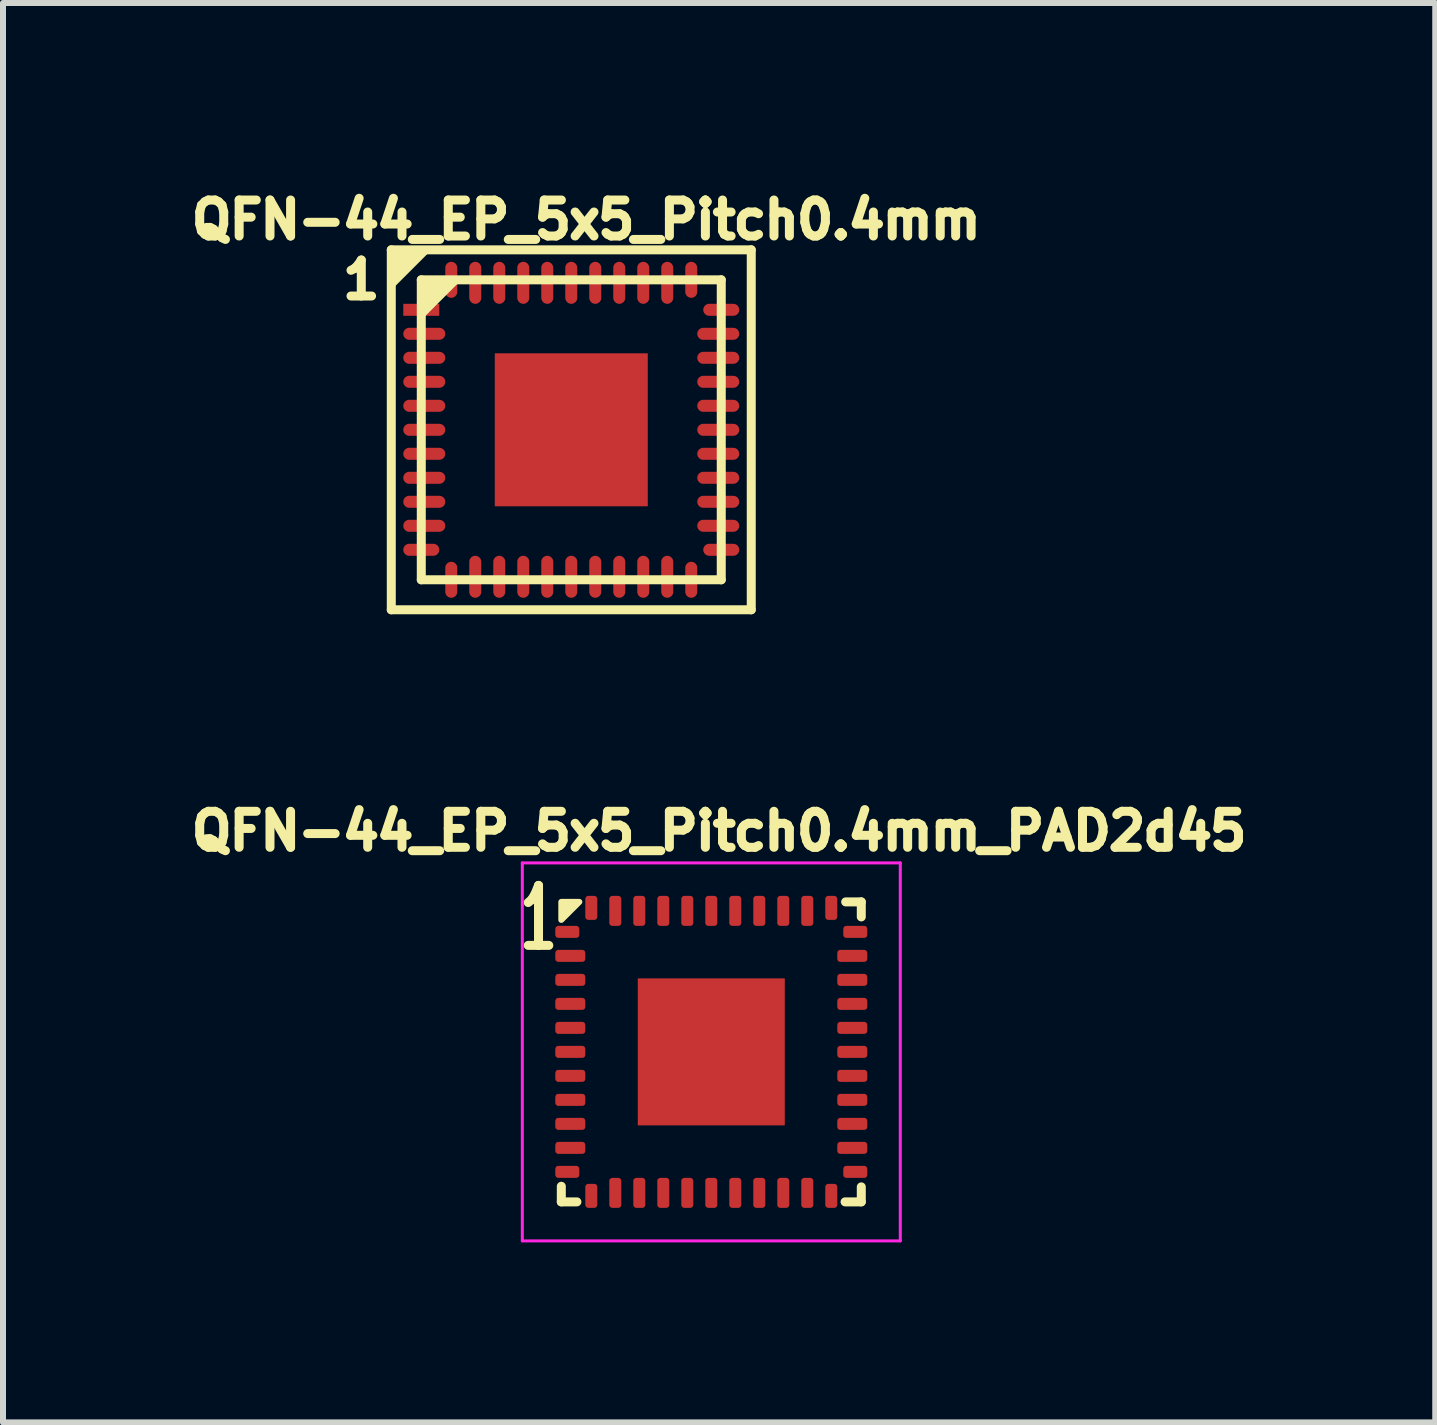
<source format=kicad_pcb>
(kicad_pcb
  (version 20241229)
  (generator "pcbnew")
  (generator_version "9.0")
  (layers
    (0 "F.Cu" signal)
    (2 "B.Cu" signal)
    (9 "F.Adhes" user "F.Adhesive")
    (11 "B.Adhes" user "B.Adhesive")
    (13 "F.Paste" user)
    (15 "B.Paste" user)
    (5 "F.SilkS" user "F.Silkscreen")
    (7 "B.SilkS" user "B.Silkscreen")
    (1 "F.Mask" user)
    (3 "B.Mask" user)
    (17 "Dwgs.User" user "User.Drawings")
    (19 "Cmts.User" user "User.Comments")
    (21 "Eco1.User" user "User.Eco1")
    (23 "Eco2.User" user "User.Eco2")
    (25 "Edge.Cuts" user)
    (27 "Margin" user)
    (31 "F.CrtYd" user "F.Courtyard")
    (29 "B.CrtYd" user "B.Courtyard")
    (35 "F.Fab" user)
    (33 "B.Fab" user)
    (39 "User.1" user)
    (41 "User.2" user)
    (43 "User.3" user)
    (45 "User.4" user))
  (footprint "QFN-44_EP_5x5_Pitch0.4mm"
    (layer "F.Cu")
    (at 6.472 4.114)
    (property "Reference" "QFN-44_EP_5x5_Pitch0.4mm" (at 0.25 -3.5 0) (layer "F.SilkS") (effects (font (size 0.6 0.6) (thickness 0.15))))
    (attr smd)
    (fp_line (start -3 -3) (end 3 -3) (stroke (width 0.15) (type solid)) (layer "F.SilkS"))
    (fp_line (start -3 3) (end -3 -3) (stroke (width 0.15) (type solid)) (layer "F.SilkS"))
    (fp_line (start -2.5 -2.5) (end 2.5 -2.5) (stroke (width 0.15) (type solid)) (layer "F.SilkS"))
    (fp_line (start -2.5 2.5) (end -2.5 -2.5) (stroke (width 0.15) (type solid)) (layer "F.SilkS"))
    (fp_line (start 2.5 -2.5) (end 2.5 2.5) (stroke (width 0.15) (type solid)) (layer "F.SilkS"))
    (fp_line (start 2.5 2.5) (end -2.5 2.5) (stroke (width 0.15) (type solid)) (layer "F.SilkS"))
    (fp_line (start 3 -3) (end 3 3) (stroke (width 0.15) (type solid)) (layer "F.SilkS"))
    (fp_line (start 3 3) (end -3 3) (stroke (width 0.15) (type solid)) (layer "F.SilkS"))
    (fp_poly (pts (xy -3 -3) (xy -2.4 -3) (xy -3 -2.4)) (stroke (width 0.1) (type solid)) (fill yes) (layer "F.SilkS"))
    (fp_poly (pts (xy -2.5 -2.5) (xy -1.9 -2.5) (xy -2.5 -1.9)) (stroke (width 0.1) (type solid)) (fill yes) (layer "F.SilkS"))
    (fp_text user "1" (at -3.5 -2.5 0) (layer "F.SilkS") (effects (font (size 0.6 0.6) (thickness 0.15))))
    (pad "1" smd rect (at -2.5 -2 90) (size 0.2 0.6) (layers "F.Cu" "F.Mask" "F.Paste"))
    (pad "2" smd oval (at -2.45 -1.6 90) (size 0.2 0.7) (layers "F.Cu" "F.Mask" "F.Paste"))
    (pad "3" smd oval (at -2.45 -1.2 90) (size 0.2 0.7) (layers "F.Cu" "F.Mask" "F.Paste"))
    (pad "4" smd oval (at -2.45 -0.8 90) (size 0.2 0.7) (layers "F.Cu" "F.Mask" "F.Paste"))
    (pad "5" smd oval (at -2.45 -0.4 90) (size 0.2 0.7) (layers "F.Cu" "F.Mask" "F.Paste"))
    (pad "6" smd oval (at -2.45 0 90) (size 0.2 0.7) (layers "F.Cu" "F.Mask" "F.Paste"))
    (pad "7" smd oval (at -2.45 0.4 90) (size 0.2 0.7) (layers "F.Cu" "F.Mask" "F.Paste"))
    (pad "8" smd oval (at -2.45 0.8 90) (size 0.2 0.7) (layers "F.Cu" "F.Mask" "F.Paste"))
    (pad "9" smd oval (at -2.45 1.2 90) (size 0.2 0.7) (layers "F.Cu" "F.Mask" "F.Paste"))
    (pad "10" smd oval (at -2.45 1.6 90) (size 0.2 0.7) (layers "F.Cu" "F.Mask" "F.Paste"))
    (pad "11" smd oval (at -2.5 2 90) (size 0.2 0.6) (layers "F.Cu" "F.Mask" "F.Paste"))
    (pad "12" smd oval (at -2 2.5) (size 0.2 0.6) (layers "F.Cu" "F.Mask" "F.Paste"))
    (pad "13" smd oval (at -1.6 2.45) (size 0.2 0.7) (layers "F.Cu" "F.Mask" "F.Paste"))
    (pad "14" smd oval (at -1.2 2.45) (size 0.2 0.7) (layers "F.Cu" "F.Mask" "F.Paste"))
    (pad "15" smd oval (at -0.8 2.45) (size 0.2 0.7) (layers "F.Cu" "F.Mask" "F.Paste"))
    (pad "16" smd oval (at -0.4 2.45) (size 0.2 0.7) (layers "F.Cu" "F.Mask" "F.Paste"))
    (pad "17" smd oval (at 0 2.45) (size 0.2 0.7) (layers "F.Cu" "F.Mask" "F.Paste"))
    (pad "18" smd oval (at 0.4 2.45) (size 0.2 0.7) (layers "F.Cu" "F.Mask" "F.Paste"))
    (pad "19" smd oval (at 0.8 2.45) (size 0.2 0.7) (layers "F.Cu" "F.Mask" "F.Paste"))
    (pad "20" smd oval (at 1.2 2.45) (size 0.2 0.7) (layers "F.Cu" "F.Mask" "F.Paste"))
    (pad "21" smd oval (at 1.6 2.45) (size 0.2 0.7) (layers "F.Cu" "F.Mask" "F.Paste"))
    (pad "22" smd oval (at 2 2.5) (size 0.2 0.6) (layers "F.Cu" "F.Mask" "F.Paste"))
    (pad "23" smd oval (at 2.5 2 90) (size 0.2 0.6) (layers "F.Cu" "F.Mask" "F.Paste"))
    (pad "24" smd oval (at 2.45 1.6 90) (size 0.2 0.7) (layers "F.Cu" "F.Mask" "F.Paste"))
    (pad "25" smd oval (at 2.45 1.2 90) (size 0.2 0.7) (layers "F.Cu" "F.Mask" "F.Paste"))
    (pad "26" smd oval (at 2.45 0.8 90) (size 0.2 0.7) (layers "F.Cu" "F.Mask" "F.Paste"))
    (pad "27" smd oval (at 2.45 0.4 90) (size 0.2 0.7) (layers "F.Cu" "F.Mask" "F.Paste"))
    (pad "28" smd oval (at 2.45 0 90) (size 0.2 0.7) (layers "F.Cu" "F.Mask" "F.Paste"))
    (pad "29" smd oval (at 2.45 -0.4 90) (size 0.2 0.7) (layers "F.Cu" "F.Mask" "F.Paste"))
    (pad "30" smd oval (at 2.45 -0.8 90) (size 0.2 0.7) (layers "F.Cu" "F.Mask" "F.Paste"))
    (pad "31" smd oval (at 2.45 -1.2 90) (size 0.2 0.7) (layers "F.Cu" "F.Mask" "F.Paste"))
    (pad "32" smd oval (at 2.45 -1.6 90) (size 0.2 0.7) (layers "F.Cu" "F.Mask" "F.Paste"))
    (pad "33" smd oval (at 2.5 -2 90) (size 0.2 0.6) (layers "F.Cu" "F.Mask" "F.Paste"))
    (pad "34" smd oval (at 2 -2.5) (size 0.2 0.6) (layers "F.Cu" "F.Mask" "F.Paste"))
    (pad "35" smd oval (at 1.6 -2.45) (size 0.2 0.7) (layers "F.Cu" "F.Mask" "F.Paste"))
    (pad "36" smd oval (at 1.2 -2.45) (size 0.2 0.7) (layers "F.Cu" "F.Mask" "F.Paste"))
    (pad "37" smd oval (at 0.8 -2.45) (size 0.2 0.7) (layers "F.Cu" "F.Mask" "F.Paste"))
    (pad "38" smd oval (at 0.4 -2.45) (size 0.2 0.7) (layers "F.Cu" "F.Mask" "F.Paste"))
    (pad "39" smd oval (at 0 -2.45) (size 0.2 0.7) (layers "F.Cu" "F.Mask" "F.Paste"))
    (pad "40" smd oval (at -0.4 -2.45) (size 0.2 0.7) (layers "F.Cu" "F.Mask" "F.Paste"))
    (pad "41" smd oval (at -0.8 -2.45) (size 0.2 0.7) (layers "F.Cu" "F.Mask" "F.Paste"))
    (pad "42" smd oval (at -1.2 -2.45) (size 0.2 0.7) (layers "F.Cu" "F.Mask" "F.Paste"))
    (pad "43" smd oval (at -1.6 -2.45) (size 0.2 0.7) (layers "F.Cu" "F.Mask" "F.Paste"))
    (pad "44" smd oval (at -2 -2.5) (size 0.2 0.6) (layers "F.Cu" "F.Mask" "F.Paste"))
    (pad "PAD" smd rect (at 0 0) (size 2.55 2.55) (layers "F.Cu" "F.Mask" "F.Paste")))
  (footprint "QFN-44_EP_5x5_Pitch0.4mm_PAD2d45"
    (layer "F.Cu")
    (at 8.806 14.483)
    (property "Reference" "QFN-44_EP_5x5_Pitch0.4mm_PAD2d45" (at 0.13 -3.68 0) (layer "F.SilkS") (effects (font (size 0.6 0.6) (thickness 0.15))))
    (attr smd)
    (fp_line (start -2.5 2.24) (end -2.5 2.5) (stroke (width 0.15) (type solid)) (layer "F.SilkS"))
    (fp_line (start -2.5 2.5) (end -2.24 2.5) (stroke (width 0.15) (type solid)) (layer "F.SilkS"))
    (fp_line (start 2.5 -2.5) (end 2.24 -2.5) (stroke (width 0.15) (type solid)) (layer "F.SilkS"))
    (fp_line (start 2.5 -2.25) (end 2.5 -2.5) (stroke (width 0.15) (type solid)) (layer "F.SilkS"))
    (fp_line (start 2.5 2.5) (end 2.23 2.5) (stroke (width 0.15) (type default)) (layer "F.SilkS"))
    (fp_line (start 2.5 2.5) (end 2.5 2.25) (stroke (width 0.15) (type solid)) (layer "F.SilkS"))
    (fp_poly (pts (xy -2.5 -2.2) (xy -2.5 -2.5) (xy -2.2 -2.5)) (stroke (width 0.1) (type solid)) (fill yes) (layer "F.SilkS"))
    (fp_line (start -3.15 -3.15) (end 3.15 -3.15) (stroke (width 0.05) (type solid)) (layer "F.CrtYd"))
    (fp_line (start -3.15 3.15) (end -3.15 -3.15) (stroke (width 0.05) (type solid)) (layer "F.CrtYd"))
    (fp_line (start 3.15 -3.15) (end 3.15 3.15) (stroke (width 0.05) (type solid)) (layer "F.CrtYd"))
    (fp_line (start 3.15 3.15) (end -3.15 3.15) (stroke (width 0.05) (type solid)) (layer "F.CrtYd"))
    (fp_text user "1" (at -2.88 -2.23 0) (unlocked yes) (layer "F.SilkS") (effects (font (size 1 0.6) (thickness 0.15))))
    (pad "1" smd roundrect (at -2.4 -2 90) (size 0.2 0.4) (layers "F.Cu" "F.Mask" "F.Paste") (roundrect_rratio 0.25))
    (pad "2" smd roundrect (at -2.35 -1.6 90) (size 0.2 0.5) (layers "F.Cu" "F.Mask" "F.Paste") (roundrect_rratio 0.25))
    (pad "3" smd roundrect (at -2.35 -1.2 90) (size 0.2 0.5) (layers "F.Cu" "F.Mask" "F.Paste") (roundrect_rratio 0.25))
    (pad "4" smd roundrect (at -2.35 -0.8 90) (size 0.2 0.5) (layers "F.Cu" "F.Mask" "F.Paste") (roundrect_rratio 0.25))
    (pad "5" smd roundrect (at -2.35 -0.4 90) (size 0.2 0.5) (layers "F.Cu" "F.Mask" "F.Paste") (roundrect_rratio 0.25))
    (pad "6" smd roundrect (at -2.35 0 90) (size 0.2 0.5) (layers "F.Cu" "F.Mask" "F.Paste") (roundrect_rratio 0.25))
    (pad "7" smd roundrect (at -2.35 0.4 90) (size 0.2 0.5) (layers "F.Cu" "F.Mask" "F.Paste") (roundrect_rratio 0.25))
    (pad "8" smd roundrect (at -2.35 0.8 90) (size 0.2 0.5) (layers "F.Cu" "F.Mask" "F.Paste") (roundrect_rratio 0.25))
    (pad "9" smd roundrect (at -2.35 1.2 90) (size 0.2 0.5) (layers "F.Cu" "F.Mask" "F.Paste") (roundrect_rratio 0.25))
    (pad "10" smd roundrect (at -2.35 1.6 90) (size 0.2 0.5) (layers "F.Cu" "F.Mask" "F.Paste") (roundrect_rratio 0.25))
    (pad "11" smd roundrect (at -2.4 2 90) (size 0.2 0.4) (layers "F.Cu" "F.Mask" "F.Paste") (roundrect_rratio 0.25))
    (pad "12" smd roundrect (at -2 2.4) (size 0.2 0.4) (layers "F.Cu" "F.Mask" "F.Paste") (roundrect_rratio 0.25))
    (pad "13" smd roundrect (at -1.6 2.35) (size 0.2 0.5) (layers "F.Cu" "F.Mask" "F.Paste") (roundrect_rratio 0.25))
    (pad "14" smd roundrect (at -1.2 2.35) (size 0.2 0.5) (layers "F.Cu" "F.Mask" "F.Paste") (roundrect_rratio 0.25))
    (pad "15" smd roundrect (at -0.8 2.35) (size 0.2 0.5) (layers "F.Cu" "F.Mask" "F.Paste") (roundrect_rratio 0.25))
    (pad "16" smd roundrect (at -0.4 2.35) (size 0.2 0.5) (layers "F.Cu" "F.Mask" "F.Paste") (roundrect_rratio 0.25))
    (pad "17" smd roundrect (at 0 2.35) (size 0.2 0.5) (layers "F.Cu" "F.Mask" "F.Paste") (roundrect_rratio 0.25))
    (pad "18" smd roundrect (at 0.4 2.35) (size 0.2 0.5) (layers "F.Cu" "F.Mask" "F.Paste") (roundrect_rratio 0.25))
    (pad "19" smd roundrect (at 0.8 2.35) (size 0.2 0.5) (layers "F.Cu" "F.Mask" "F.Paste") (roundrect_rratio 0.25))
    (pad "20" smd roundrect (at 1.2 2.35) (size 0.2 0.5) (layers "F.Cu" "F.Mask" "F.Paste") (roundrect_rratio 0.25))
    (pad "21" smd roundrect (at 1.6 2.35) (size 0.2 0.5) (layers "F.Cu" "F.Mask" "F.Paste") (roundrect_rratio 0.25))
    (pad "22" smd roundrect (at 2 2.4) (size 0.2 0.4) (layers "F.Cu" "F.Mask" "F.Paste") (roundrect_rratio 0.25))
    (pad "23" smd roundrect (at 2.4 2 90) (size 0.2 0.4) (layers "F.Cu" "F.Mask" "F.Paste") (roundrect_rratio 0.25))
    (pad "24" smd roundrect (at 2.35 1.6 90) (size 0.2 0.5) (layers "F.Cu" "F.Mask" "F.Paste") (roundrect_rratio 0.25))
    (pad "25" smd roundrect (at 2.35 1.2 90) (size 0.2 0.5) (layers "F.Cu" "F.Mask" "F.Paste") (roundrect_rratio 0.25))
    (pad "26" smd roundrect (at 2.35 0.8 90) (size 0.2 0.5) (layers "F.Cu" "F.Mask" "F.Paste") (roundrect_rratio 0.25))
    (pad "27" smd roundrect (at 2.35 0.4 90) (size 0.2 0.5) (layers "F.Cu" "F.Mask" "F.Paste") (roundrect_rratio 0.25))
    (pad "28" smd roundrect (at 2.35 0 90) (size 0.2 0.5) (layers "F.Cu" "F.Mask" "F.Paste") (roundrect_rratio 0.25))
    (pad "29" smd roundrect (at 2.35 -0.4 90) (size 0.2 0.5) (layers "F.Cu" "F.Mask" "F.Paste") (roundrect_rratio 0.25))
    (pad "30" smd roundrect (at 2.35 -0.8 90) (size 0.2 0.5) (layers "F.Cu" "F.Mask" "F.Paste") (roundrect_rratio 0.25))
    (pad "31" smd roundrect (at 2.35 -1.2 90) (size 0.2 0.5) (layers "F.Cu" "F.Mask" "F.Paste") (roundrect_rratio 0.25))
    (pad "32" smd roundrect (at 2.35 -1.6 90) (size 0.2 0.5) (layers "F.Cu" "F.Mask" "F.Paste") (roundrect_rratio 0.25))
    (pad "33" smd roundrect (at 2.4 -2 90) (size 0.2 0.4) (layers "F.Cu" "F.Mask" "F.Paste") (roundrect_rratio 0.25))
    (pad "34" smd roundrect (at 2 -2.4) (size 0.2 0.4) (layers "F.Cu" "F.Mask" "F.Paste") (roundrect_rratio 0.25))
    (pad "35" smd roundrect (at 1.6 -2.35) (size 0.2 0.5) (layers "F.Cu" "F.Mask" "F.Paste") (roundrect_rratio 0.25))
    (pad "36" smd roundrect (at 1.2 -2.35) (size 0.2 0.5) (layers "F.Cu" "F.Mask" "F.Paste") (roundrect_rratio 0.25))
    (pad "37" smd roundrect (at 0.8 -2.35) (size 0.2 0.5) (layers "F.Cu" "F.Mask" "F.Paste") (roundrect_rratio 0.25))
    (pad "38" smd roundrect (at 0.4 -2.35) (size 0.2 0.5) (layers "F.Cu" "F.Mask" "F.Paste") (roundrect_rratio 0.25))
    (pad "39" smd roundrect (at 0 -2.35) (size 0.2 0.5) (layers "F.Cu" "F.Mask" "F.Paste") (roundrect_rratio 0.25))
    (pad "40" smd roundrect (at -0.4 -2.35) (size 0.2 0.5) (layers "F.Cu" "F.Mask" "F.Paste") (roundrect_rratio 0.25))
    (pad "41" smd roundrect (at -0.8 -2.35) (size 0.2 0.5) (layers "F.Cu" "F.Mask" "F.Paste") (roundrect_rratio 0.25))
    (pad "42" smd roundrect (at -1.2 -2.35) (size 0.2 0.5) (layers "F.Cu" "F.Mask" "F.Paste") (roundrect_rratio 0.25))
    (pad "43" smd roundrect (at -1.6 -2.35) (size 0.2 0.5) (layers "F.Cu" "F.Mask" "F.Paste") (roundrect_rratio 0.25))
    (pad "44" smd roundrect (at -2 -2.4) (size 0.2 0.4) (layers "F.Cu" "F.Mask" "F.Paste") (roundrect_rratio 0.25))
    (pad "PAD" smd rect (at 0 0) (size 2.45 2.45) (layers "F.Cu" "F.Mask" "F.Paste")))
  (gr_rect
    (start -3 -3)
    (end 20.873 20.659)
    (stroke (width 0.1) (type default))
    (fill no)
    (layer "Edge.Cuts")))
</source>
